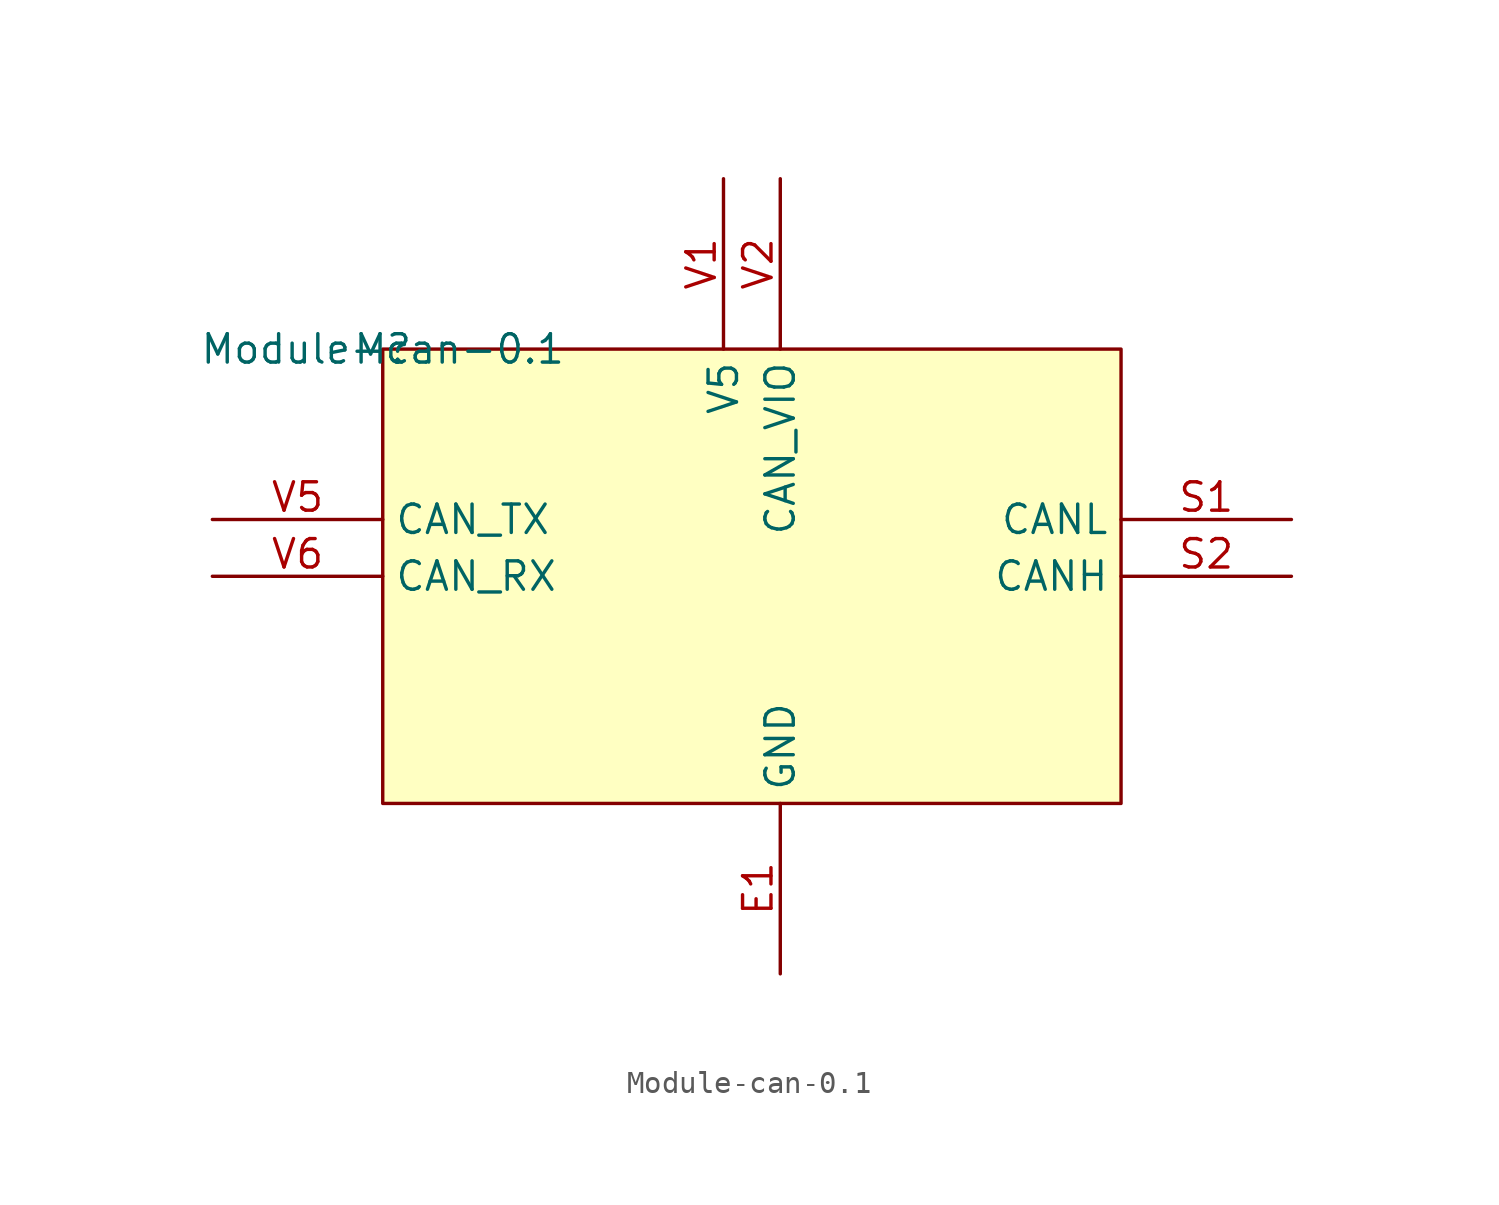
<source format=kicad_sym>
(kicad_symbol_lib
  (version 20201005)
  (generator kicad_symbol_editor)
  (symbol "can:Module-can-0.1"
    (property "Reference" "M"
      (at 0 0 0)
      (effects (font (size 1.27 1.27))))
    (property "Value" "Module-can-0.1"
      (at 0 0 0)
      (effects (font (size 1.27 1.27))))
    (symbol "Module-can-0.1_1_0"
      (rectangle (start 33.02 0) (end 0 -20.32) (stroke (width 0)) (fill (type background)))
      (pin passive line (at 15.24 7.62 270) (length 7.62) (name "V5" (effects (font (size 1.27 1.27)))) (number "V1" (effects (font (size 1.27 1.27)))))
      (pin passive line (at 17.78 7.62 270) (length 7.62) (name "CAN_VIO" (effects (font (size 1.27 1.27)))) (number "V2" (effects (font (size 1.27 1.27)))))
      (pin passive line (at 40.64 -10.16 180) (length 7.62) (name "CANH" (effects (font (size 1.27 1.27)))) (number "S2" (effects (font (size 1.27 1.27)))))
      (pin passive line (at 40.64 -7.62 180) (length 7.62) (name "CANL" (effects (font (size 1.27 1.27)))) (number "S1" (effects (font (size 1.27 1.27)))))
      (pin passive line (at -7.62 -7.62 0) (length 7.62) (name "CAN_TX" (effects (font (size 1.27 1.27)))) (number "V5" (effects (font (size 1.27 1.27)))))
      (pin passive line (at -7.62 -10.16 0) (length 7.62) (name "CAN_RX" (effects (font (size 1.27 1.27)))) (number "V6" (effects (font (size 1.27 1.27)))))
      (pin passive line (at 17.78 -27.94 90) (length 7.62) (name "GND" (effects (font (size 1.27 1.27)))) (number "E1" (effects (font (size 1.27 1.27))))))))
</source>
